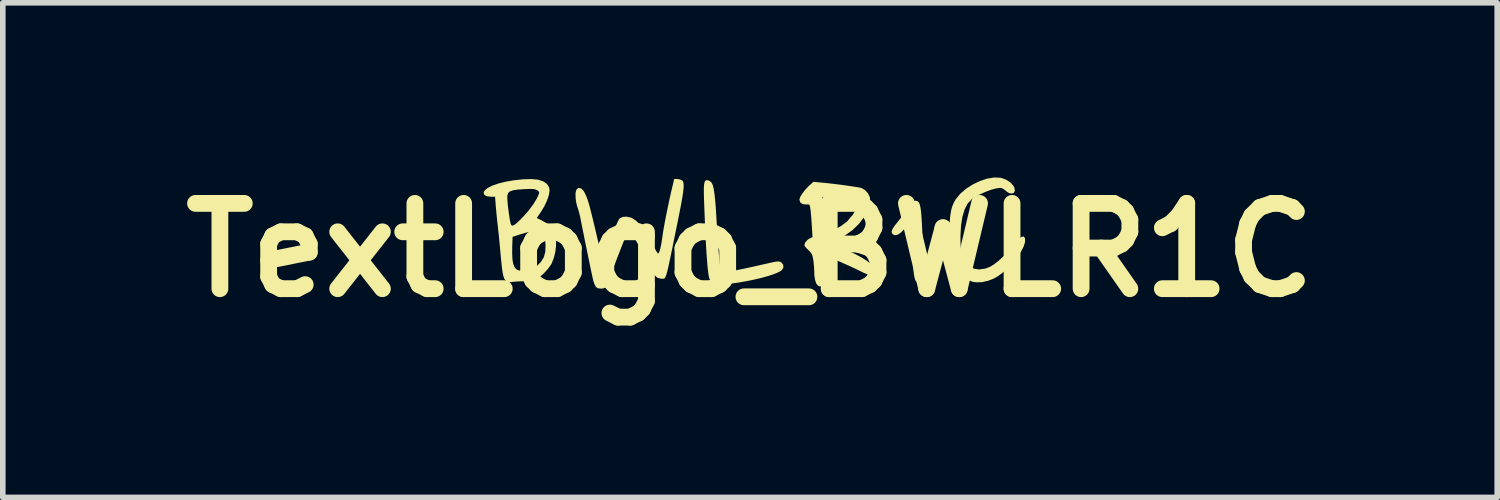
<source format=kicad_pcb>
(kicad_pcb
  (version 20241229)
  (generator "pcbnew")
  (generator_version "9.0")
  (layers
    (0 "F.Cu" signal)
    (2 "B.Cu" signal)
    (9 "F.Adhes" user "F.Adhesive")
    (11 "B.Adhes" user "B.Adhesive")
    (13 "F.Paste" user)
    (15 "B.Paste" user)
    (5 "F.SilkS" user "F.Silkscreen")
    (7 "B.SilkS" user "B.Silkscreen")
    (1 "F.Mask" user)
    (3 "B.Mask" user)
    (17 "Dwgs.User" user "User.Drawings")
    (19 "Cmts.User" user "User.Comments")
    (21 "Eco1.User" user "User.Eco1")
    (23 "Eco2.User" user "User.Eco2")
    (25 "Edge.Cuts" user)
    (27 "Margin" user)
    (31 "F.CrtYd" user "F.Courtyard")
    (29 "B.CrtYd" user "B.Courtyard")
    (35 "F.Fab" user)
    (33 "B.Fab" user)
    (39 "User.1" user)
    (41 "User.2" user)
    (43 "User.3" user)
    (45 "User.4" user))
  (footprint "TextLogo_BWLR1C"
    (layer "F.Cu")
    (at 10.349 1.418)
    (property "Reference" "TextLogo_BWLR1C" (at 0 0 0) (layer "F.SilkS") (effects (font (size 1.524 1.524) (thickness 0.3))))
    (attr board_only exclude_from_pos_files exclude_from_bom)
    (fp_poly (pts (xy 2.98 -0.879) (xy 3 -0.869) (xy 3.018 -0.849) (xy 3.032 -0.816) (xy 3.044 -0.766) (xy 3.054 -0.697) (xy 3.062 -0.606) (xy 3.07 -0.491) (xy 3.077 -0.347) (xy 3.084 -0.172) (xy 3.088 -0.074) (xy 3.094 0.095) (xy 3.098 0.233) (xy 3.099 0.343) (xy 3.099 0.426) (xy 3.095 0.488) (xy 3.088 0.531) (xy 3.077 0.559) (xy 3.063 0.574) (xy 3.044 0.581) (xy 3.028 0.582) (xy 2.987 0.573) (xy 2.966 0.559) (xy 2.951 0.533) (xy 2.939 0.491) (xy 2.928 0.431) (xy 2.919 0.349) (xy 2.912 0.242) (xy 2.906 0.106) (xy 2.9 -0.062) (xy 2.9 -0.067) (xy 2.896 -0.188) (xy 2.892 -0.296) (xy 2.887 -0.386) (xy 2.883 -0.455) (xy 2.878 -0.497) (xy 2.875 -0.508) (xy 2.859 -0.493) (xy 2.826 -0.457) (xy 2.784 -0.408) (xy 2.771 -0.393) (xy 2.701 -0.318) (xy 2.641 -0.276) (xy 2.59 -0.266) (xy 2.559 -0.277) (xy 2.534 -0.302) (xy 2.529 -0.334) (xy 2.546 -0.379) (xy 2.586 -0.439) (xy 2.637 -0.503) (xy 2.692 -0.572) (xy 2.744 -0.641) (xy 2.785 -0.7) (xy 2.799 -0.723) (xy 2.852 -0.806) (xy 2.899 -0.858) (xy 2.942 -0.881) (xy 2.955 -0.882)) (stroke (width 0) (type solid)) (fill yes) (layer "F.SilkS"))
    (fp_poly (pts (xy -0.745 -1.245) (xy -0.743 -1.244) (xy -0.718 -1.233) (xy -0.696 -1.215) (xy -0.677 -1.187) (xy -0.661 -1.146) (xy -0.648 -1.088) (xy -0.636 -1.012) (xy -0.625 -0.913) (xy -0.614 -0.788) (xy -0.604 -0.635) (xy -0.593 -0.45) (xy -0.591 -0.423) (xy -0.579 -0.232) (xy -0.568 -0.063) (xy -0.556 0.082) (xy -0.546 0.2) (xy -0.535 0.29) (xy -0.526 0.349) (xy -0.519 0.373) (xy -0.502 0.384) (xy -0.466 0.388) (xy -0.41 0.385) (xy -0.331 0.374) (xy -0.227 0.356) (xy -0.096 0.329) (xy 0.065 0.294) (xy 0.243 0.253) (xy 0.346 0.23) (xy 0.42 0.214) (xy 0.472 0.205) (xy 0.506 0.203) (xy 0.53 0.206) (xy 0.549 0.215) (xy 0.556 0.219) (xy 0.592 0.26) (xy 0.597 0.309) (xy 0.57 0.356) (xy 0.566 0.36) (xy 0.517 0.391) (xy 0.439 0.424) (xy 0.336 0.459) (xy 0.216 0.493) (xy 0.082 0.525) (xy -0.058 0.554) (xy -0.199 0.579) (xy -0.337 0.598) (xy -0.45 0.609) (xy -0.538 0.612) (xy -0.6 0.607) (xy -0.647 0.593) (xy -0.648 0.592) (xy -0.693 0.561) (xy -0.722 0.522) (xy -0.723 0.52) (xy -0.736 0.472) (xy -0.748 0.394) (xy -0.76 0.285) (xy -0.771 0.145) (xy -0.783 -0.028) (xy -0.794 -0.233) (xy -0.805 -0.471) (xy -0.816 -0.744) (xy -0.821 -0.882) (xy -0.825 -1.009) (xy -0.825 -1.106) (xy -0.821 -1.174) (xy -0.811 -1.218) (xy -0.796 -1.242) (xy -0.774 -1.25)) (stroke (width 0) (type solid)) (fill yes) (layer "F.SilkS"))
    (fp_poly (pts (xy 4.471 -1.293) (xy 4.487 -1.29) (xy 4.573 -1.259) (xy 4.648 -1.211) (xy 4.703 -1.152) (xy 4.724 -1.113) (xy 4.731 -1.059) (xy 4.714 -1.024) (xy 4.679 -1.01) (xy 4.632 -1.017) (xy 4.581 -1.048) (xy 4.561 -1.068) (xy 4.507 -1.104) (xy 4.468 -1.111) (xy 4.394 -1.102) (xy 4.301 -1.076) (xy 4.198 -1.037) (xy 4.096 -0.99) (xy 4.004 -0.937) (xy 3.956 -0.904) (xy 3.888 -0.831) (xy 3.834 -0.727) (xy 3.794 -0.595) (xy 3.769 -0.434) (xy 3.759 -0.249) (xy 3.76 -0.138) (xy 3.763 -0.043) (xy 3.768 0.025) (xy 3.776 0.074) (xy 3.788 0.113) (xy 3.806 0.15) (xy 3.81 0.157) (xy 3.852 0.217) (xy 3.905 0.275) (xy 3.922 0.289) (xy 4.004 0.333) (xy 4.1 0.346) (xy 4.207 0.329) (xy 4.288 0.298) (xy 4.36 0.254) (xy 4.446 0.186) (xy 4.539 0.1) (xy 4.632 0.002) (xy 4.722 -0.104) (xy 4.737 -0.123) (xy 4.799 -0.196) (xy 4.848 -0.236) (xy 4.885 -0.244) (xy 4.909 -0.22) (xy 4.913 -0.205) (xy 4.913 -0.142) (xy 4.888 -0.064) (xy 4.842 0.025) (xy 4.779 0.121) (xy 4.702 0.217) (xy 4.616 0.31) (xy 4.525 0.394) (xy 4.432 0.464) (xy 4.35 0.511) (xy 4.25 0.549) (xy 4.143 0.572) (xy 4.041 0.576) (xy 3.978 0.567) (xy 3.863 0.519) (xy 3.754 0.443) (xy 3.66 0.344) (xy 3.596 0.244) (xy 3.582 0.217) (xy 3.572 0.189) (xy 3.565 0.156) (xy 3.561 0.113) (xy 3.558 0.053) (xy 3.557 -0.029) (xy 3.558 -0.138) (xy 3.558 -0.194) (xy 3.561 -0.362) (xy 3.567 -0.5) (xy 3.577 -0.613) (xy 3.592 -0.706) (xy 3.613 -0.783) (xy 3.641 -0.849) (xy 3.676 -0.91) (xy 3.678 -0.912) (xy 3.758 -1.009) (xy 3.861 -1.097) (xy 3.98 -1.173) (xy 4.107 -1.234) (xy 4.236 -1.277) (xy 4.36 -1.297)) (stroke (width 0) (type solid)) (fill yes) (layer "F.SilkS"))
    (fp_poly (pts (xy -3.791 -1.259) (xy -3.698 -1.23) (xy -3.63 -1.184) (xy -3.59 -1.123) (xy -3.581 -1.066) (xy -3.592 -0.988) (xy -3.623 -0.894) (xy -3.67 -0.792) (xy -3.729 -0.693) (xy -3.73 -0.691) (xy -3.81 -0.573) (xy -3.732 -0.536) (xy -3.629 -0.478) (xy -3.556 -0.416) (xy -3.507 -0.341) (xy -3.478 -0.247) (xy -3.466 -0.176) (xy -3.465 -0.077) (xy -3.479 0.035) (xy -3.507 0.145) (xy -3.544 0.239) (xy -3.554 0.256) (xy -3.609 0.334) (xy -3.679 0.411) (xy -3.753 0.477) (xy -3.822 0.522) (xy -3.876 0.541) (xy -3.947 0.552) (xy -4.044 0.556) (xy -4.048 0.556) (xy -4.126 0.559) (xy -4.197 0.563) (xy -4.248 0.569) (xy -4.26 0.571) (xy -4.319 0.572) (xy -4.352 0.556) (xy -4.374 0.535) (xy -4.392 0.506) (xy -4.407 0.462) (xy -4.42 0.4) (xy -4.432 0.315) (xy -4.444 0.203) (xy -4.455 0.088) (xy -4.457 0.065) (xy -4.249 0.065) (xy -4.244 0.17) (xy -4.23 0.247) (xy -4.209 0.302) (xy -4.188 0.329) (xy -4.161 0.351) (xy -4.127 0.364) (xy -4.078 0.37) (xy -4.024 0.37) (xy -3.959 0.369) (xy -3.915 0.363) (xy -3.879 0.345) (xy -3.838 0.312) (xy -3.813 0.291) (xy -3.734 0.208) (xy -3.684 0.127) (xy -3.658 0.035) (xy -3.653 -0.077) (xy -3.654 -0.09) (xy -3.658 -0.162) (xy -3.665 -0.209) (xy -3.677 -0.24) (xy -3.699 -0.266) (xy -3.718 -0.284) (xy -3.77 -0.318) (xy -3.833 -0.333) (xy -3.913 -0.33) (xy -4.014 -0.308) (xy -4.092 -0.285) (xy -4.242 -0.237) (xy -4.248 -0.07) (xy -4.249 0.065) (xy -4.457 0.065) (xy -4.466 -0.033) (xy -4.478 -0.161) (xy -4.49 -0.285) (xy -4.502 -0.391) (xy -4.506 -0.432) (xy -4.518 -0.535) (xy -4.529 -0.643) (xy -4.538 -0.742) (xy -4.543 -0.798) (xy -4.552 -0.919) (xy -4.336 -0.919) (xy -4.331 -0.851) (xy -4.323 -0.769) (xy -4.312 -0.683) (xy -4.3 -0.599) (xy -4.288 -0.526) (xy -4.276 -0.473) (xy -4.266 -0.447) (xy -4.247 -0.437) (xy -4.219 -0.446) (xy -4.177 -0.475) (xy -4.12 -0.528) (xy -4.047 -0.602) (xy -3.952 -0.71) (xy -3.87 -0.821) (xy -3.807 -0.925) (xy -3.784 -0.974) (xy -3.768 -1.017) (xy -3.769 -1.041) (xy -3.788 -1.06) (xy -3.802 -1.069) (xy -3.828 -1.082) (xy -3.861 -1.09) (xy -3.91 -1.093) (xy -3.982 -1.091) (xy -4.04 -1.089) (xy -4.149 -1.081) (xy -4.228 -1.07) (xy -4.282 -1.053) (xy -4.314 -1.029) (xy -4.331 -0.995) (xy -4.336 -0.966) (xy -4.336 -0.919) (xy -4.552 -0.919) (xy -4.555 -0.953) (xy -4.629 -0.953) (xy -4.701 -0.962) (xy -4.746 -0.986) (xy -4.76 -1.021) (xy -4.742 -1.063) (xy -4.693 -1.106) (xy -4.607 -1.151) (xy -4.492 -1.191) (xy -4.356 -1.224) (xy -4.206 -1.249) (xy -4.048 -1.265) (xy -3.907 -1.269)) (stroke (width 0) (type solid)) (fill yes) (layer "F.SilkS"))
    (fp_poly (pts (xy 1.259 -1.208) (xy 1.363 -1.198) (xy 1.476 -1.185) (xy 1.593 -1.171) (xy 1.705 -1.156) (xy 1.808 -1.141) (xy 1.894 -1.128) (xy 1.957 -1.117) (xy 1.988 -1.11) (xy 2.053 -1.073) (xy 2.108 -1.013) (xy 2.141 -0.942) (xy 2.143 -0.935) (xy 2.145 -0.858) (xy 2.125 -0.766) (xy 2.084 -0.668) (xy 2.047 -0.603) (xy 1.946 -0.469) (xy 1.828 -0.355) (xy 1.686 -0.255) (xy 1.61 -0.212) (xy 1.541 -0.173) (xy 1.486 -0.14) (xy 1.451 -0.116) (xy 1.443 -0.104) (xy 1.464 -0.094) (xy 1.511 -0.076) (xy 1.575 -0.053) (xy 1.623 -0.036) (xy 1.746 0.01) (xy 1.868 0.066) (xy 1.981 0.125) (xy 2.078 0.185) (xy 2.152 0.241) (xy 2.178 0.266) (xy 2.218 0.316) (xy 2.235 0.357) (xy 2.237 0.394) (xy 2.227 0.431) (xy 2.206 0.451) (xy 2.168 0.454) (xy 2.112 0.439) (xy 2.032 0.406) (xy 1.938 0.36) (xy 1.87 0.327) (xy 1.788 0.289) (xy 1.698 0.249) (xy 1.607 0.209) (xy 1.521 0.172) (xy 1.445 0.141) (xy 1.387 0.118) (xy 1.353 0.107) (xy 1.348 0.106) (xy 1.346 0.122) (xy 1.346 0.168) (xy 1.348 0.235) (xy 1.351 0.319) (xy 1.352 0.341) (xy 1.356 0.437) (xy 1.358 0.504) (xy 1.357 0.548) (xy 1.351 0.577) (xy 1.341 0.597) (xy 1.326 0.614) (xy 1.326 0.615) (xy 1.283 0.646) (xy 1.243 0.648) (xy 1.213 0.634) (xy 1.184 0.598) (xy 1.162 0.534) (xy 1.149 0.447) (xy 1.147 0.379) (xy 1.143 0.297) (xy 1.135 0.209) (xy 1.129 0.168) (xy 1.115 0.102) (xy 1.094 0.056) (xy 1.058 0.014) (xy 1.041 -0.002) (xy 1.001 -0.041) (xy 0.976 -0.074) (xy 0.97 -0.087) (xy 0.986 -0.138) (xy 1.029 -0.184) (xy 1.061 -0.204) (xy 1.116 -0.233) (xy 1.103 -0.447) (xy 1.097 -0.539) (xy 1.09 -0.627) (xy 1.083 -0.698) (xy 1.078 -0.741) (xy 1.07 -0.789) (xy 1.057 -0.812) (xy 1.032 -0.817) (xy 1.003 -0.815) (xy 0.941 -0.822) (xy 0.898 -0.851) (xy 0.882 -0.9) (xy 0.882 -0.902) (xy 0.89 -0.93) (xy 1.292 -0.93) (xy 1.294 -0.924) (xy 1.299 -0.894) (xy 1.306 -0.837) (xy 1.314 -0.761) (xy 1.322 -0.674) (xy 1.323 -0.67) (xy 1.331 -0.578) (xy 1.339 -0.491) (xy 1.346 -0.42) (xy 1.351 -0.376) (xy 1.36 -0.302) (xy 1.443 -0.337) (xy 1.508 -0.368) (xy 1.581 -0.405) (xy 1.618 -0.425) (xy 1.732 -0.51) (xy 1.833 -0.627) (xy 1.904 -0.742) (xy 1.934 -0.802) (xy 1.947 -0.839) (xy 1.945 -0.859) (xy 1.938 -0.866) (xy 1.891 -0.885) (xy 1.818 -0.904) (xy 1.726 -0.922) (xy 1.623 -0.936) (xy 1.519 -0.946) (xy 1.475 -0.948) (xy 1.391 -0.952) (xy 1.337 -0.952) (xy 1.306 -0.949) (xy 1.293 -0.942) (xy 1.292 -0.93) (xy 0.89 -0.93) (xy 0.894 -0.945) (xy 0.928 -1.002) (xy 0.976 -1.067) (xy 1.034 -1.13) (xy 1.059 -1.154) (xy 1.133 -1.22)) (stroke (width 0) (type solid)) (fill yes) (layer "F.SilkS"))
    (fp_poly (pts (xy -1.246 -1.261) (xy -1.207 -1.24) (xy -1.207 -1.24) (xy -1.195 -1.222) (xy -1.188 -1.194) (xy -1.185 -1.153) (xy -1.188 -1.096) (xy -1.197 -1.021) (xy -1.212 -0.924) (xy -1.234 -0.803) (xy -1.263 -0.654) (xy -1.299 -0.475) (xy -1.315 -0.397) (xy -1.356 -0.196) (xy -1.39 -0.027) (xy -1.419 0.112) (xy -1.443 0.226) (xy -1.463 0.316) (xy -1.48 0.385) (xy -1.494 0.435) (xy -1.507 0.471) (xy -1.519 0.493) (xy -1.531 0.506) (xy -1.544 0.511) (xy -1.559 0.512) (xy -1.576 0.512) (xy -1.588 0.511) (xy -1.653 0.495) (xy -1.71 0.445) (xy -1.746 0.388) (xy -1.774 0.342) (xy -1.801 0.31) (xy -1.808 0.304) (xy -1.826 0.282) (xy -1.85 0.234) (xy -1.877 0.17) (xy -1.887 0.143) (xy -1.93 0.037) (xy -1.983 -0.073) (xy -2.041 -0.176) (xy -2.099 -0.261) (xy -2.126 -0.295) (xy -2.156 -0.325) (xy -2.174 -0.33) (xy -2.187 -0.318) (xy -2.2 -0.291) (xy -2.224 -0.236) (xy -2.255 -0.16) (xy -2.292 -0.068) (xy -2.332 0.035) (xy -2.374 0.142) (xy -2.414 0.249) (xy -2.451 0.349) (xy -2.478 0.423) (xy -2.514 0.523) (xy -2.542 0.594) (xy -2.566 0.641) (xy -2.589 0.669) (xy -2.615 0.683) (xy -2.647 0.688) (xy -2.663 0.688) (xy -2.717 0.682) (xy -2.75 0.66) (xy -2.759 0.648) (xy -2.78 0.605) (xy -2.8 0.549) (xy -2.802 0.538) (xy -2.81 0.505) (xy -2.823 0.443) (xy -2.842 0.356) (xy -2.864 0.249) (xy -2.889 0.128) (xy -2.916 -0.003) (xy -2.944 -0.139) (xy -2.971 -0.274) (xy -2.997 -0.404) (xy -3.021 -0.524) (xy -3.036 -0.6) (xy -3.052 -0.666) (xy -3.07 -0.728) (xy -3.079 -0.754) (xy -3.094 -0.802) (xy -3.108 -0.869) (xy -3.115 -0.923) (xy -3.118 -1.015) (xy -3.103 -1.077) (xy -3.073 -1.107) (xy -3.052 -1.111) (xy -3.008 -1.096) (xy -2.967 -1.049) (xy -2.927 -0.968) (xy -2.902 -0.901) (xy -2.89 -0.863) (xy -2.877 -0.821) (xy -2.864 -0.773) (xy -2.849 -0.716) (xy -2.831 -0.644) (xy -2.809 -0.555) (xy -2.782 -0.444) (xy -2.75 -0.309) (xy -2.712 -0.145) (xy -2.689 -0.048) (xy -2.67 0.031) (xy -2.652 0.093) (xy -2.637 0.134) (xy -2.628 0.147) (xy -2.628 0.146) (xy -2.618 0.126) (xy -2.598 0.078) (xy -2.57 0.008) (xy -2.536 -0.081) (xy -2.498 -0.181) (xy -2.489 -0.203) (xy -2.443 -0.323) (xy -2.401 -0.424) (xy -2.366 -0.501) (xy -2.34 -0.551) (xy -2.326 -0.569) (xy -2.271 -0.594) (xy -2.199 -0.597) (xy -2.123 -0.579) (xy -2.106 -0.571) (xy -2.032 -0.522) (xy -1.954 -0.443) (xy -1.875 -0.34) (xy -1.799 -0.217) (xy -1.753 -0.127) (xy -1.715 -0.053) (xy -1.682 0.007) (xy -1.656 0.048) (xy -1.641 0.062) (xy -1.64 0.062) (xy -1.622 0.034) (xy -1.603 -0.026) (xy -1.585 -0.113) (xy -1.568 -0.22) (xy -1.555 -0.312) (xy -1.535 -0.429) (xy -1.51 -0.563) (xy -1.481 -0.707) (xy -1.451 -0.852) (xy -1.421 -0.989) (xy -1.4 -1.08) (xy -1.355 -1.27) (xy -1.296 -1.27)) (stroke (width 0) (type solid)) (fill yes) (layer "F.SilkS")))
  (gr_rect
    (start -3 -3)
    (end 23.697 5.836)
    (stroke (width 0.1) (type default))
    (fill no)
    (layer "Edge.Cuts")))
</source>
